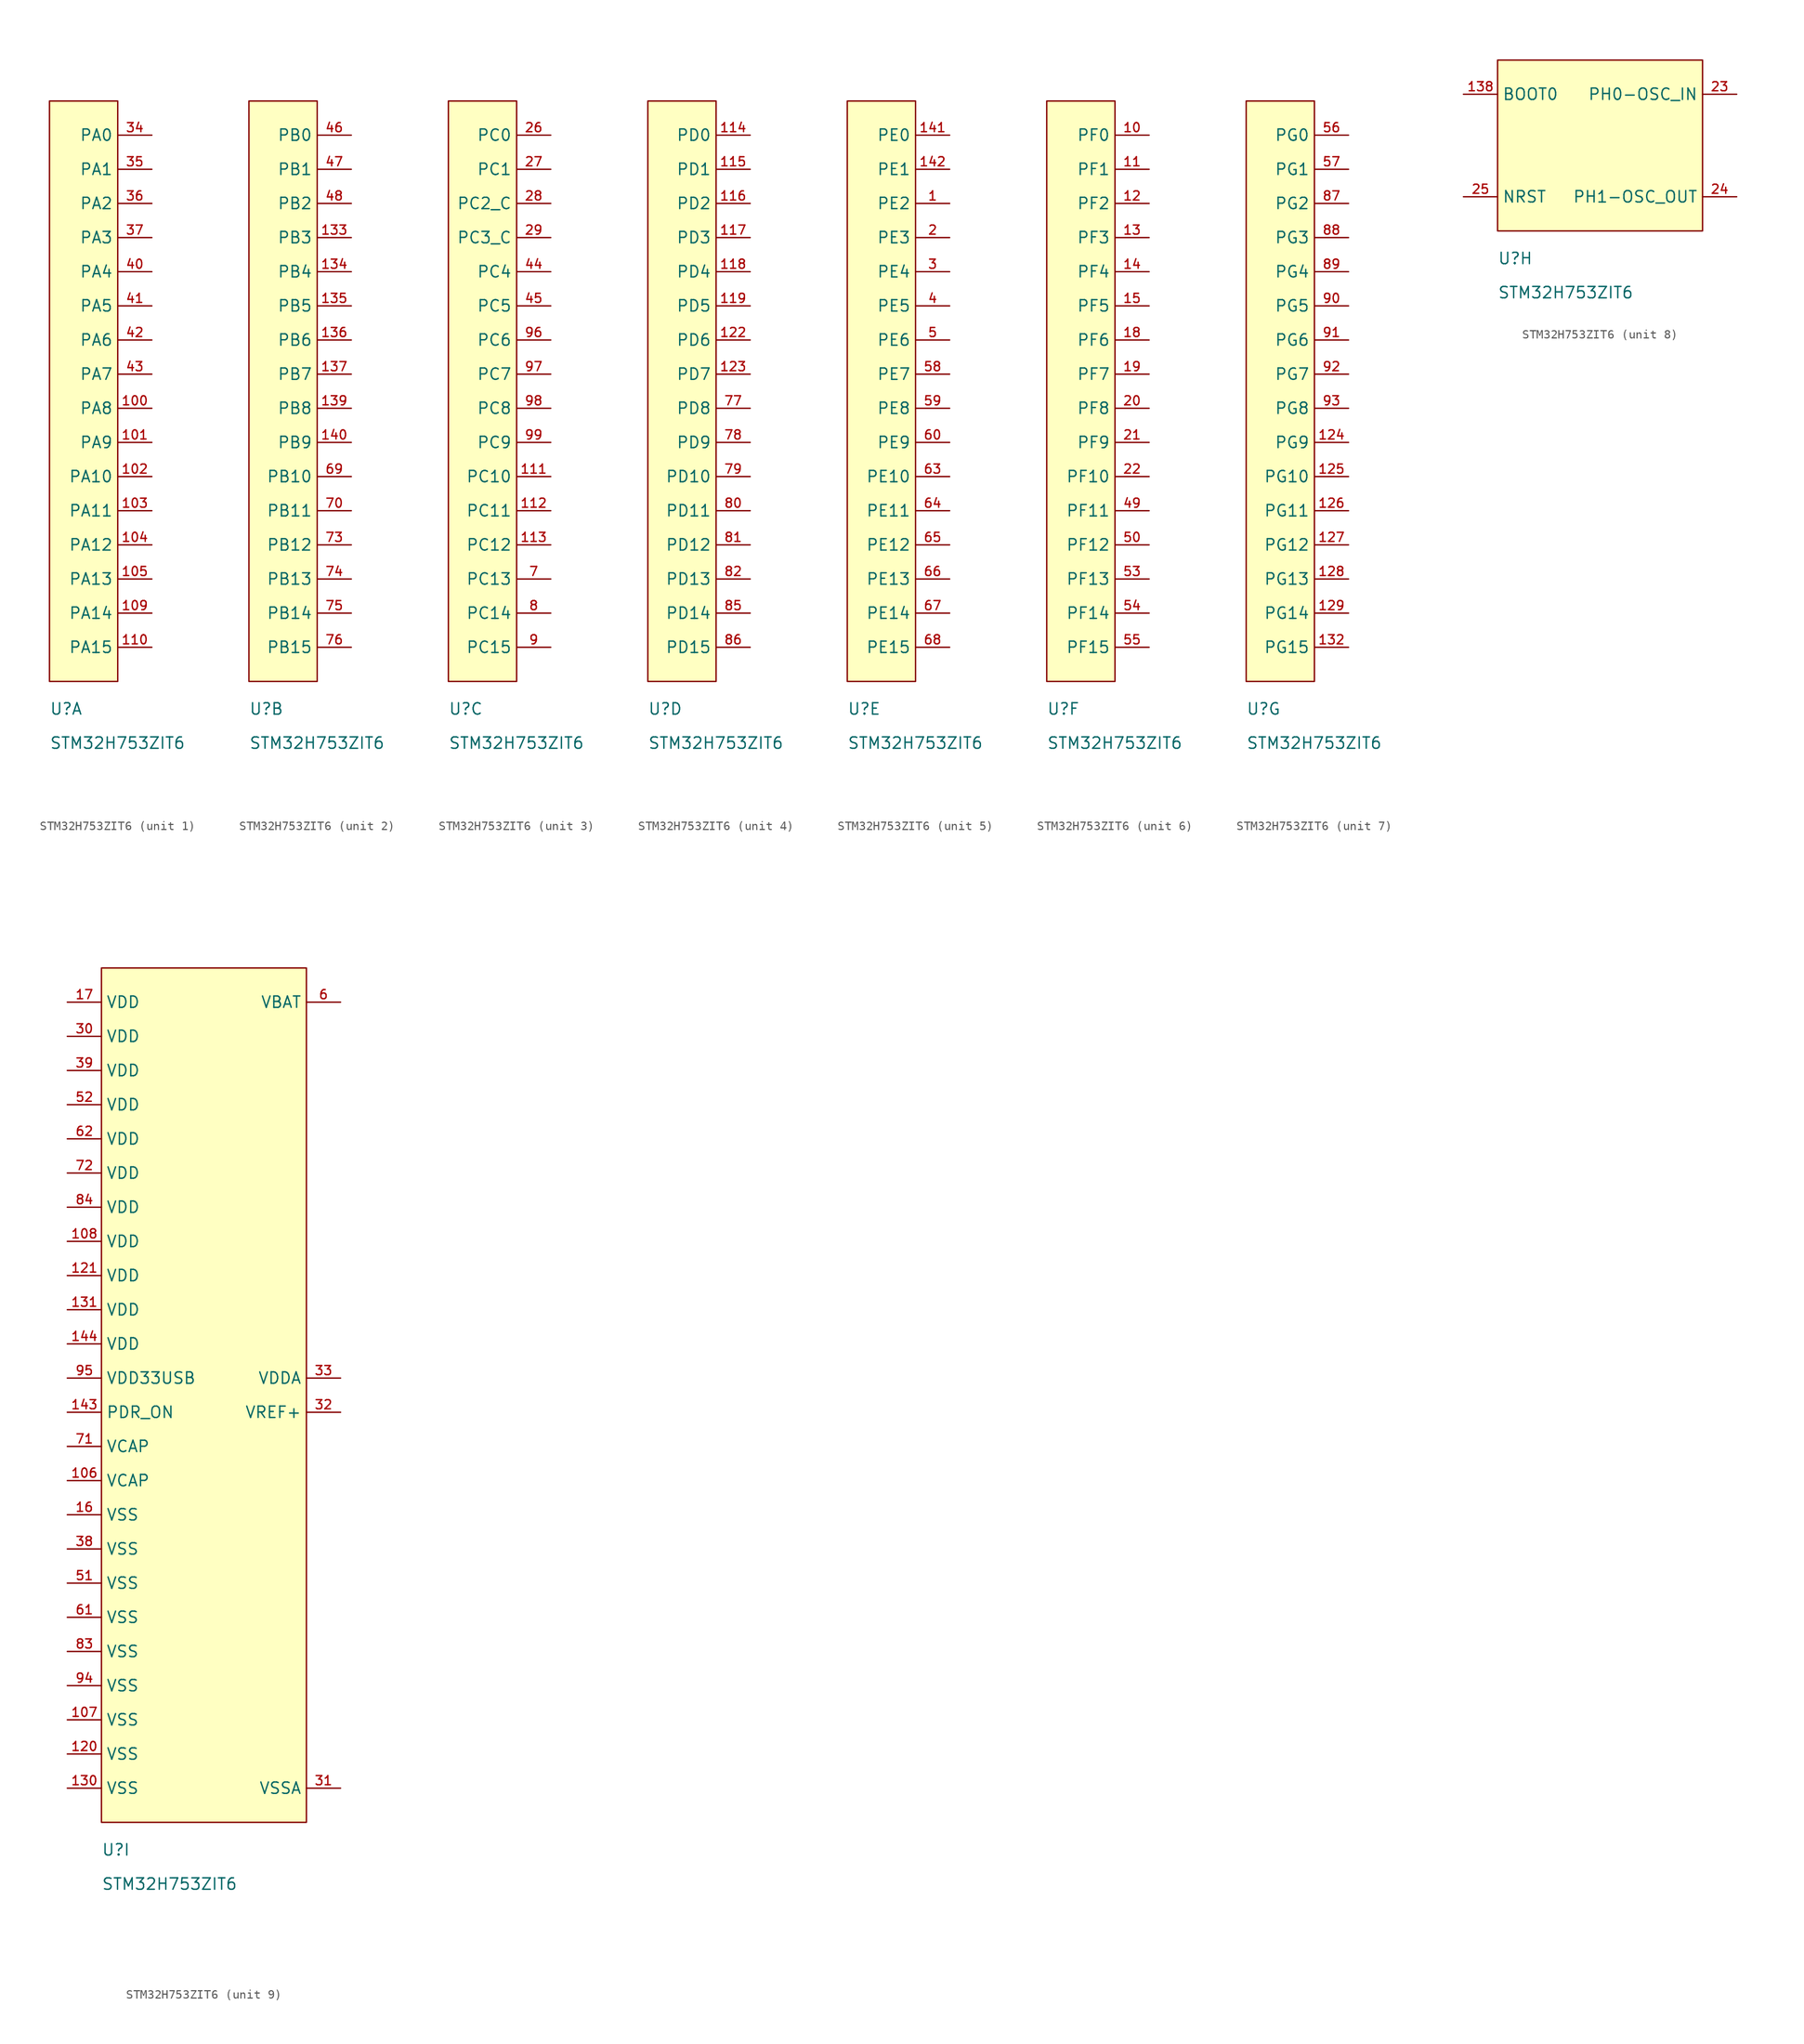
<source format=kicad_sym>
(kicad_symbol_lib
  (version 20241209)
  (generator "kicad_symbol_editor")
  (generator_version "9.0")
  (symbol "STM32H753ZIT6"
    (property "Reference" "U"
      (at 0 -3.81 0)
      (effects (font (size 1.27 1.27)) (justify left bottom)))
    (property "Value" "STM32H753ZIT6"
      (at 0 -7.62 0)
      (effects (font (size 1.27 1.27)) (justify left bottom)))
    (property "ki_locked" ""
      (at 0 0 0)
      (effects (font (size 1.27 1.27))))
    (symbol "STM32H753ZIT6_1_1"
      (rectangle (start 7.62 64.77) (end 0 0) (stroke (width 0) (type solid)) (fill (type background)))
      (pin passive line (at 11.43 60.96 180) (length 3.81) (name "PA0" (effects (font (size 1.27 1.27)))) (number "34" (effects (font (size 1.016 1.016)))))
      (pin passive line (at 11.43 57.15 180) (length 3.81) (name "PA1" (effects (font (size 1.27 1.27)))) (number "35" (effects (font (size 1.016 1.016)))))
      (pin passive line (at 11.43 53.34 180) (length 3.81) (name "PA2" (effects (font (size 1.27 1.27)))) (number "36" (effects (font (size 1.016 1.016)))))
      (pin passive line (at 11.43 49.53 180) (length 3.81) (name "PA3" (effects (font (size 1.27 1.27)))) (number "37" (effects (font (size 1.016 1.016)))))
      (pin passive line (at 11.43 45.72 180) (length 3.81) (name "PA4" (effects (font (size 1.27 1.27)))) (number "40" (effects (font (size 1.016 1.016)))))
      (pin passive line (at 11.43 41.91 180) (length 3.81) (name "PA5" (effects (font (size 1.27 1.27)))) (number "41" (effects (font (size 1.016 1.016)))))
      (pin passive line (at 11.43 38.1 180) (length 3.81) (name "PA6" (effects (font (size 1.27 1.27)))) (number "42" (effects (font (size 1.016 1.016)))))
      (pin passive line (at 11.43 34.29 180) (length 3.81) (name "PA7" (effects (font (size 1.27 1.27)))) (number "43" (effects (font (size 1.016 1.016)))))
      (pin passive line (at 11.43 30.48 180) (length 3.81) (name "PA8" (effects (font (size 1.27 1.27)))) (number "100" (effects (font (size 1.016 1.016)))))
      (pin passive line (at 11.43 26.67 180) (length 3.81) (name "PA9" (effects (font (size 1.27 1.27)))) (number "101" (effects (font (size 1.016 1.016)))))
      (pin passive line (at 11.43 22.86 180) (length 3.81) (name "PA10" (effects (font (size 1.27 1.27)))) (number "102" (effects (font (size 1.016 1.016)))))
      (pin passive line (at 11.43 19.05 180) (length 3.81) (name "PA11" (effects (font (size 1.27 1.27)))) (number "103" (effects (font (size 1.016 1.016)))))
      (pin passive line (at 11.43 15.24 180) (length 3.81) (name "PA12" (effects (font (size 1.27 1.27)))) (number "104" (effects (font (size 1.016 1.016)))))
      (pin passive line (at 11.43 11.43 180) (length 3.81) (name "PA13" (effects (font (size 1.27 1.27)))) (number "105" (effects (font (size 1.016 1.016)))))
      (pin passive line (at 11.43 7.62 180) (length 3.81) (name "PA14" (effects (font (size 1.27 1.27)))) (number "109" (effects (font (size 1.016 1.016)))))
      (pin passive line (at 11.43 3.81 180) (length 3.81) (name "PA15" (effects (font (size 1.27 1.27)))) (number "110" (effects (font (size 1.016 1.016))))))
    (symbol "STM32H753ZIT6_2_1"
      (rectangle (start 7.62 64.77) (end 0 0) (stroke (width 0) (type solid)) (fill (type background)))
      (pin passive line (at 11.43 60.96 180) (length 3.81) (name "PB0" (effects (font (size 1.27 1.27)))) (number "46" (effects (font (size 1.016 1.016)))))
      (pin passive line (at 11.43 57.15 180) (length 3.81) (name "PB1" (effects (font (size 1.27 1.27)))) (number "47" (effects (font (size 1.016 1.016)))))
      (pin passive line (at 11.43 53.34 180) (length 3.81) (name "PB2" (effects (font (size 1.27 1.27)))) (number "48" (effects (font (size 1.016 1.016)))))
      (pin passive line (at 11.43 49.53 180) (length 3.81) (name "PB3" (effects (font (size 1.27 1.27)))) (number "133" (effects (font (size 1.016 1.016)))))
      (pin passive line (at 11.43 45.72 180) (length 3.81) (name "PB4" (effects (font (size 1.27 1.27)))) (number "134" (effects (font (size 1.016 1.016)))))
      (pin passive line (at 11.43 41.91 180) (length 3.81) (name "PB5" (effects (font (size 1.27 1.27)))) (number "135" (effects (font (size 1.016 1.016)))))
      (pin passive line (at 11.43 38.1 180) (length 3.81) (name "PB6" (effects (font (size 1.27 1.27)))) (number "136" (effects (font (size 1.016 1.016)))))
      (pin passive line (at 11.43 34.29 180) (length 3.81) (name "PB7" (effects (font (size 1.27 1.27)))) (number "137" (effects (font (size 1.016 1.016)))))
      (pin passive line (at 11.43 30.48 180) (length 3.81) (name "PB8" (effects (font (size 1.27 1.27)))) (number "139" (effects (font (size 1.016 1.016)))))
      (pin passive line (at 11.43 26.67 180) (length 3.81) (name "PB9" (effects (font (size 1.27 1.27)))) (number "140" (effects (font (size 1.016 1.016)))))
      (pin passive line (at 11.43 22.86 180) (length 3.81) (name "PB10" (effects (font (size 1.27 1.27)))) (number "69" (effects (font (size 1.016 1.016)))))
      (pin passive line (at 11.43 19.05 180) (length 3.81) (name "PB11" (effects (font (size 1.27 1.27)))) (number "70" (effects (font (size 1.016 1.016)))))
      (pin passive line (at 11.43 15.24 180) (length 3.81) (name "PB12" (effects (font (size 1.27 1.27)))) (number "73" (effects (font (size 1.016 1.016)))))
      (pin passive line (at 11.43 11.43 180) (length 3.81) (name "PB13" (effects (font (size 1.27 1.27)))) (number "74" (effects (font (size 1.016 1.016)))))
      (pin passive line (at 11.43 7.62 180) (length 3.81) (name "PB14" (effects (font (size 1.27 1.27)))) (number "75" (effects (font (size 1.016 1.016)))))
      (pin passive line (at 11.43 3.81 180) (length 3.81) (name "PB15" (effects (font (size 1.27 1.27)))) (number "76" (effects (font (size 1.016 1.016))))))
    (symbol "STM32H753ZIT6_3_1"
      (rectangle (start 7.62 64.77) (end 0 0) (stroke (width 0) (type solid)) (fill (type background)))
      (pin passive line (at 11.43 60.96 180) (length 3.81) (name "PC0" (effects (font (size 1.27 1.27)))) (number "26" (effects (font (size 1.016 1.016)))))
      (pin passive line (at 11.43 57.15 180) (length 3.81) (name "PC1" (effects (font (size 1.27 1.27)))) (number "27" (effects (font (size 1.016 1.016)))))
      (pin passive line (at 11.43 53.34 180) (length 3.81) (name "PC2_C" (effects (font (size 1.27 1.27)))) (number "28" (effects (font (size 1.016 1.016)))))
      (pin passive line (at 11.43 49.53 180) (length 3.81) (name "PC3_C" (effects (font (size 1.27 1.27)))) (number "29" (effects (font (size 1.016 1.016)))))
      (pin passive line (at 11.43 45.72 180) (length 3.81) (name "PC4" (effects (font (size 1.27 1.27)))) (number "44" (effects (font (size 1.016 1.016)))))
      (pin passive line (at 11.43 41.91 180) (length 3.81) (name "PC5" (effects (font (size 1.27 1.27)))) (number "45" (effects (font (size 1.016 1.016)))))
      (pin passive line (at 11.43 38.1 180) (length 3.81) (name "PC6" (effects (font (size 1.27 1.27)))) (number "96" (effects (font (size 1.016 1.016)))))
      (pin passive line (at 11.43 34.29 180) (length 3.81) (name "PC7" (effects (font (size 1.27 1.27)))) (number "97" (effects (font (size 1.016 1.016)))))
      (pin passive line (at 11.43 30.48 180) (length 3.81) (name "PC8" (effects (font (size 1.27 1.27)))) (number "98" (effects (font (size 1.016 1.016)))))
      (pin passive line (at 11.43 26.67 180) (length 3.81) (name "PC9" (effects (font (size 1.27 1.27)))) (number "99" (effects (font (size 1.016 1.016)))))
      (pin passive line (at 11.43 22.86 180) (length 3.81) (name "PC10" (effects (font (size 1.27 1.27)))) (number "111" (effects (font (size 1.016 1.016)))))
      (pin passive line (at 11.43 19.05 180) (length 3.81) (name "PC11" (effects (font (size 1.27 1.27)))) (number "112" (effects (font (size 1.016 1.016)))))
      (pin passive line (at 11.43 15.24 180) (length 3.81) (name "PC12" (effects (font (size 1.27 1.27)))) (number "113" (effects (font (size 1.016 1.016)))))
      (pin passive line (at 11.43 11.43 180) (length 3.81) (name "PC13" (effects (font (size 1.27 1.27)))) (number "7" (effects (font (size 1.016 1.016)))))
      (pin passive line (at 11.43 7.62 180) (length 3.81) (name "PC14" (effects (font (size 1.27 1.27)))) (number "8" (effects (font (size 1.016 1.016)))))
      (pin passive line (at 11.43 3.81 180) (length 3.81) (name "PC15" (effects (font (size 1.27 1.27)))) (number "9" (effects (font (size 1.016 1.016))))))
    (symbol "STM32H753ZIT6_4_1"
      (rectangle (start 7.62 64.77) (end 0 0) (stroke (width 0) (type solid)) (fill (type background)))
      (pin passive line (at 11.43 60.96 180) (length 3.81) (name "PD0" (effects (font (size 1.27 1.27)))) (number "114" (effects (font (size 1.016 1.016)))))
      (pin passive line (at 11.43 57.15 180) (length 3.81) (name "PD1" (effects (font (size 1.27 1.27)))) (number "115" (effects (font (size 1.016 1.016)))))
      (pin passive line (at 11.43 53.34 180) (length 3.81) (name "PD2" (effects (font (size 1.27 1.27)))) (number "116" (effects (font (size 1.016 1.016)))))
      (pin passive line (at 11.43 49.53 180) (length 3.81) (name "PD3" (effects (font (size 1.27 1.27)))) (number "117" (effects (font (size 1.016 1.016)))))
      (pin passive line (at 11.43 45.72 180) (length 3.81) (name "PD4" (effects (font (size 1.27 1.27)))) (number "118" (effects (font (size 1.016 1.016)))))
      (pin passive line (at 11.43 41.91 180) (length 3.81) (name "PD5" (effects (font (size 1.27 1.27)))) (number "119" (effects (font (size 1.016 1.016)))))
      (pin passive line (at 11.43 38.1 180) (length 3.81) (name "PD6" (effects (font (size 1.27 1.27)))) (number "122" (effects (font (size 1.016 1.016)))))
      (pin passive line (at 11.43 34.29 180) (length 3.81) (name "PD7" (effects (font (size 1.27 1.27)))) (number "123" (effects (font (size 1.016 1.016)))))
      (pin passive line (at 11.43 30.48 180) (length 3.81) (name "PD8" (effects (font (size 1.27 1.27)))) (number "77" (effects (font (size 1.016 1.016)))))
      (pin passive line (at 11.43 26.67 180) (length 3.81) (name "PD9" (effects (font (size 1.27 1.27)))) (number "78" (effects (font (size 1.016 1.016)))))
      (pin passive line (at 11.43 22.86 180) (length 3.81) (name "PD10" (effects (font (size 1.27 1.27)))) (number "79" (effects (font (size 1.016 1.016)))))
      (pin passive line (at 11.43 19.05 180) (length 3.81) (name "PD11" (effects (font (size 1.27 1.27)))) (number "80" (effects (font (size 1.016 1.016)))))
      (pin passive line (at 11.43 15.24 180) (length 3.81) (name "PD12" (effects (font (size 1.27 1.27)))) (number "81" (effects (font (size 1.016 1.016)))))
      (pin passive line (at 11.43 11.43 180) (length 3.81) (name "PD13" (effects (font (size 1.27 1.27)))) (number "82" (effects (font (size 1.016 1.016)))))
      (pin passive line (at 11.43 7.62 180) (length 3.81) (name "PD14" (effects (font (size 1.27 1.27)))) (number "85" (effects (font (size 1.016 1.016)))))
      (pin passive line (at 11.43 3.81 180) (length 3.81) (name "PD15" (effects (font (size 1.27 1.27)))) (number "86" (effects (font (size 1.016 1.016))))))
    (symbol "STM32H753ZIT6_5_1"
      (rectangle (start 7.62 64.77) (end 0 0) (stroke (width 0) (type solid)) (fill (type background)))
      (pin passive line (at 11.43 60.96 180) (length 3.81) (name "PE0" (effects (font (size 1.27 1.27)))) (number "141" (effects (font (size 1.016 1.016)))))
      (pin passive line (at 11.43 57.15 180) (length 3.81) (name "PE1" (effects (font (size 1.27 1.27)))) (number "142" (effects (font (size 1.016 1.016)))))
      (pin passive line (at 11.43 53.34 180) (length 3.81) (name "PE2" (effects (font (size 1.27 1.27)))) (number "1" (effects (font (size 1.016 1.016)))))
      (pin passive line (at 11.43 49.53 180) (length 3.81) (name "PE3" (effects (font (size 1.27 1.27)))) (number "2" (effects (font (size 1.016 1.016)))))
      (pin passive line (at 11.43 45.72 180) (length 3.81) (name "PE4" (effects (font (size 1.27 1.27)))) (number "3" (effects (font (size 1.016 1.016)))))
      (pin passive line (at 11.43 41.91 180) (length 3.81) (name "PE5" (effects (font (size 1.27 1.27)))) (number "4" (effects (font (size 1.016 1.016)))))
      (pin passive line (at 11.43 38.1 180) (length 3.81) (name "PE6" (effects (font (size 1.27 1.27)))) (number "5" (effects (font (size 1.016 1.016)))))
      (pin passive line (at 11.43 34.29 180) (length 3.81) (name "PE7" (effects (font (size 1.27 1.27)))) (number "58" (effects (font (size 1.016 1.016)))))
      (pin passive line (at 11.43 30.48 180) (length 3.81) (name "PE8" (effects (font (size 1.27 1.27)))) (number "59" (effects (font (size 1.016 1.016)))))
      (pin passive line (at 11.43 26.67 180) (length 3.81) (name "PE9" (effects (font (size 1.27 1.27)))) (number "60" (effects (font (size 1.016 1.016)))))
      (pin passive line (at 11.43 22.86 180) (length 3.81) (name "PE10" (effects (font (size 1.27 1.27)))) (number "63" (effects (font (size 1.016 1.016)))))
      (pin passive line (at 11.43 19.05 180) (length 3.81) (name "PE11" (effects (font (size 1.27 1.27)))) (number "64" (effects (font (size 1.016 1.016)))))
      (pin passive line (at 11.43 15.24 180) (length 3.81) (name "PE12" (effects (font (size 1.27 1.27)))) (number "65" (effects (font (size 1.016 1.016)))))
      (pin passive line (at 11.43 11.43 180) (length 3.81) (name "PE13" (effects (font (size 1.27 1.27)))) (number "66" (effects (font (size 1.016 1.016)))))
      (pin passive line (at 11.43 7.62 180) (length 3.81) (name "PE14" (effects (font (size 1.27 1.27)))) (number "67" (effects (font (size 1.016 1.016)))))
      (pin passive line (at 11.43 3.81 180) (length 3.81) (name "PE15" (effects (font (size 1.27 1.27)))) (number "68" (effects (font (size 1.016 1.016))))))
    (symbol "STM32H753ZIT6_6_1"
      (rectangle (start 7.62 64.77) (end 0 0) (stroke (width 0) (type solid)) (fill (type background)))
      (pin passive line (at 11.43 60.96 180) (length 3.81) (name "PF0" (effects (font (size 1.27 1.27)))) (number "10" (effects (font (size 1.016 1.016)))))
      (pin passive line (at 11.43 57.15 180) (length 3.81) (name "PF1" (effects (font (size 1.27 1.27)))) (number "11" (effects (font (size 1.016 1.016)))))
      (pin passive line (at 11.43 53.34 180) (length 3.81) (name "PF2" (effects (font (size 1.27 1.27)))) (number "12" (effects (font (size 1.016 1.016)))))
      (pin passive line (at 11.43 49.53 180) (length 3.81) (name "PF3" (effects (font (size 1.27 1.27)))) (number "13" (effects (font (size 1.016 1.016)))))
      (pin passive line (at 11.43 45.72 180) (length 3.81) (name "PF4" (effects (font (size 1.27 1.27)))) (number "14" (effects (font (size 1.016 1.016)))))
      (pin passive line (at 11.43 41.91 180) (length 3.81) (name "PF5" (effects (font (size 1.27 1.27)))) (number "15" (effects (font (size 1.016 1.016)))))
      (pin passive line (at 11.43 38.1 180) (length 3.81) (name "PF6" (effects (font (size 1.27 1.27)))) (number "18" (effects (font (size 1.016 1.016)))))
      (pin passive line (at 11.43 34.29 180) (length 3.81) (name "PF7" (effects (font (size 1.27 1.27)))) (number "19" (effects (font (size 1.016 1.016)))))
      (pin passive line (at 11.43 30.48 180) (length 3.81) (name "PF8" (effects (font (size 1.27 1.27)))) (number "20" (effects (font (size 1.016 1.016)))))
      (pin passive line (at 11.43 26.67 180) (length 3.81) (name "PF9" (effects (font (size 1.27 1.27)))) (number "21" (effects (font (size 1.016 1.016)))))
      (pin passive line (at 11.43 22.86 180) (length 3.81) (name "PF10" (effects (font (size 1.27 1.27)))) (number "22" (effects (font (size 1.016 1.016)))))
      (pin passive line (at 11.43 19.05 180) (length 3.81) (name "PF11" (effects (font (size 1.27 1.27)))) (number "49" (effects (font (size 1.016 1.016)))))
      (pin passive line (at 11.43 15.24 180) (length 3.81) (name "PF12" (effects (font (size 1.27 1.27)))) (number "50" (effects (font (size 1.016 1.016)))))
      (pin passive line (at 11.43 11.43 180) (length 3.81) (name "PF13" (effects (font (size 1.27 1.27)))) (number "53" (effects (font (size 1.016 1.016)))))
      (pin passive line (at 11.43 7.62 180) (length 3.81) (name "PF14" (effects (font (size 1.27 1.27)))) (number "54" (effects (font (size 1.016 1.016)))))
      (pin passive line (at 11.43 3.81 180) (length 3.81) (name "PF15" (effects (font (size 1.27 1.27)))) (number "55" (effects (font (size 1.016 1.016))))))
    (symbol "STM32H753ZIT6_7_1"
      (rectangle (start 7.62 64.77) (end 0 0) (stroke (width 0) (type solid)) (fill (type background)))
      (pin passive line (at 11.43 60.96 180) (length 3.81) (name "PG0" (effects (font (size 1.27 1.27)))) (number "56" (effects (font (size 1.016 1.016)))))
      (pin passive line (at 11.43 57.15 180) (length 3.81) (name "PG1" (effects (font (size 1.27 1.27)))) (number "57" (effects (font (size 1.016 1.016)))))
      (pin passive line (at 11.43 53.34 180) (length 3.81) (name "PG2" (effects (font (size 1.27 1.27)))) (number "87" (effects (font (size 1.016 1.016)))))
      (pin passive line (at 11.43 49.53 180) (length 3.81) (name "PG3" (effects (font (size 1.27 1.27)))) (number "88" (effects (font (size 1.016 1.016)))))
      (pin passive line (at 11.43 45.72 180) (length 3.81) (name "PG4" (effects (font (size 1.27 1.27)))) (number "89" (effects (font (size 1.016 1.016)))))
      (pin passive line (at 11.43 41.91 180) (length 3.81) (name "PG5" (effects (font (size 1.27 1.27)))) (number "90" (effects (font (size 1.016 1.016)))))
      (pin passive line (at 11.43 38.1 180) (length 3.81) (name "PG6" (effects (font (size 1.27 1.27)))) (number "91" (effects (font (size 1.016 1.016)))))
      (pin passive line (at 11.43 34.29 180) (length 3.81) (name "PG7" (effects (font (size 1.27 1.27)))) (number "92" (effects (font (size 1.016 1.016)))))
      (pin passive line (at 11.43 30.48 180) (length 3.81) (name "PG8" (effects (font (size 1.27 1.27)))) (number "93" (effects (font (size 1.016 1.016)))))
      (pin passive line (at 11.43 26.67 180) (length 3.81) (name "PG9" (effects (font (size 1.27 1.27)))) (number "124" (effects (font (size 1.016 1.016)))))
      (pin passive line (at 11.43 22.86 180) (length 3.81) (name "PG10" (effects (font (size 1.27 1.27)))) (number "125" (effects (font (size 1.016 1.016)))))
      (pin passive line (at 11.43 19.05 180) (length 3.81) (name "PG11" (effects (font (size 1.27 1.27)))) (number "126" (effects (font (size 1.016 1.016)))))
      (pin passive line (at 11.43 15.24 180) (length 3.81) (name "PG12" (effects (font (size 1.27 1.27)))) (number "127" (effects (font (size 1.016 1.016)))))
      (pin passive line (at 11.43 11.43 180) (length 3.81) (name "PG13" (effects (font (size 1.27 1.27)))) (number "128" (effects (font (size 1.016 1.016)))))
      (pin passive line (at 11.43 7.62 180) (length 3.81) (name "PG14" (effects (font (size 1.27 1.27)))) (number "129" (effects (font (size 1.016 1.016)))))
      (pin passive line (at 11.43 3.81 180) (length 3.81) (name "PG15" (effects (font (size 1.27 1.27)))) (number "132" (effects (font (size 1.016 1.016))))))
    (symbol "STM32H753ZIT6_8_1"
      (rectangle (start 0 19.05) (end 22.86 0) (stroke (width 0) (type solid)) (fill (type background)))
      (pin passive line (at -3.81 15.24 0) (length 3.81) (name "BOOT0" (effects (font (size 1.27 1.27)))) (number "138" (effects (font (size 1.016 1.016)))))
      (pin passive line (at -3.81 3.81 0) (length 3.81) (name "NRST" (effects (font (size 1.27 1.27)))) (number "25" (effects (font (size 1.016 1.016)))))
      (pin passive line (at 26.67 15.24 180) (length 3.81) (name "PH0-OSC_IN" (effects (font (size 1.27 1.27)))) (number "23" (effects (font (size 1.016 1.016)))))
      (pin passive line (at 26.67 3.81 180) (length 3.81) (name "PH1-OSC_OUT" (effects (font (size 1.27 1.27)))) (number "24" (effects (font (size 1.016 1.016))))))
    (symbol "STM32H753ZIT6_9_1"
      (rectangle (start 0 95.25) (end 22.86 0) (stroke (width 0) (type solid)) (fill (type background)))
      (pin passive line (at -3.81 91.44 0) (length 3.81) (name "VDD" (effects (font (size 1.27 1.27)))) (number "17" (effects (font (size 1.016 1.016)))))
      (pin passive line (at -3.81 87.63 0) (length 3.81) (name "VDD" (effects (font (size 1.27 1.27)))) (number "30" (effects (font (size 1.016 1.016)))))
      (pin passive line (at -3.81 83.82 0) (length 3.81) (name "VDD" (effects (font (size 1.27 1.27)))) (number "39" (effects (font (size 1.016 1.016)))))
      (pin passive line (at -3.81 80.01 0) (length 3.81) (name "VDD" (effects (font (size 1.27 1.27)))) (number "52" (effects (font (size 1.016 1.016)))))
      (pin passive line (at -3.81 76.2 0) (length 3.81) (name "VDD" (effects (font (size 1.27 1.27)))) (number "62" (effects (font (size 1.016 1.016)))))
      (pin passive line (at -3.81 72.39 0) (length 3.81) (name "VDD" (effects (font (size 1.27 1.27)))) (number "72" (effects (font (size 1.016 1.016)))))
      (pin passive line (at -3.81 68.58 0) (length 3.81) (name "VDD" (effects (font (size 1.27 1.27)))) (number "84" (effects (font (size 1.016 1.016)))))
      (pin passive line (at -3.81 64.77 0) (length 3.81) (name "VDD" (effects (font (size 1.27 1.27)))) (number "108" (effects (font (size 1.016 1.016)))))
      (pin passive line (at -3.81 60.96 0) (length 3.81) (name "VDD" (effects (font (size 1.27 1.27)))) (number "121" (effects (font (size 1.016 1.016)))))
      (pin passive line (at -3.81 57.15 0) (length 3.81) (name "VDD" (effects (font (size 1.27 1.27)))) (number "131" (effects (font (size 1.016 1.016)))))
      (pin passive line (at -3.81 53.34 0) (length 3.81) (name "VDD" (effects (font (size 1.27 1.27)))) (number "144" (effects (font (size 1.016 1.016)))))
      (pin passive line (at -3.81 49.53 0) (length 3.81) (name "VDD33USB" (effects (font (size 1.27 1.27)))) (number "95" (effects (font (size 1.016 1.016)))))
      (pin passive line (at -3.81 45.72 0) (length 3.81) (name "PDR_ON" (effects (font (size 1.27 1.27)))) (number "143" (effects (font (size 1.016 1.016)))))
      (pin passive line (at -3.81 41.91 0) (length 3.81) (name "VCAP" (effects (font (size 1.27 1.27)))) (number "71" (effects (font (size 1.016 1.016)))))
      (pin passive line (at -3.81 38.1 0) (length 3.81) (name "VCAP" (effects (font (size 1.27 1.27)))) (number "106" (effects (font (size 1.016 1.016)))))
      (pin passive line (at -3.81 34.29 0) (length 3.81) (name "VSS" (effects (font (size 1.27 1.27)))) (number "16" (effects (font (size 1.016 1.016)))))
      (pin passive line (at -3.81 30.48 0) (length 3.81) (name "VSS" (effects (font (size 1.27 1.27)))) (number "38" (effects (font (size 1.016 1.016)))))
      (pin passive line (at -3.81 26.67 0) (length 3.81) (name "VSS" (effects (font (size 1.27 1.27)))) (number "51" (effects (font (size 1.016 1.016)))))
      (pin passive line (at -3.81 22.86 0) (length 3.81) (name "VSS" (effects (font (size 1.27 1.27)))) (number "61" (effects (font (size 1.016 1.016)))))
      (pin passive line (at -3.81 19.05 0) (length 3.81) (name "VSS" (effects (font (size 1.27 1.27)))) (number "83" (effects (font (size 1.016 1.016)))))
      (pin passive line (at -3.81 15.24 0) (length 3.81) (name "VSS" (effects (font (size 1.27 1.27)))) (number "94" (effects (font (size 1.016 1.016)))))
      (pin passive line (at -3.81 11.43 0) (length 3.81) (name "VSS" (effects (font (size 1.27 1.27)))) (number "107" (effects (font (size 1.016 1.016)))))
      (pin passive line (at -3.81 7.62 0) (length 3.81) (name "VSS" (effects (font (size 1.27 1.27)))) (number "120" (effects (font (size 1.016 1.016)))))
      (pin passive line (at -3.81 3.81 0) (length 3.81) (name "VSS" (effects (font (size 1.27 1.27)))) (number "130" (effects (font (size 1.016 1.016)))))
      (pin passive line (at 26.67 91.44 180) (length 3.81) (name "VBAT" (effects (font (size 1.27 1.27)))) (number "6" (effects (font (size 1.016 1.016)))))
      (pin passive line (at 26.67 49.53 180) (length 3.81) (name "VDDA" (effects (font (size 1.27 1.27)))) (number "33" (effects (font (size 1.016 1.016)))))
      (pin passive line (at 26.67 45.72 180) (length 3.81) (name "VREF+" (effects (font (size 1.27 1.27)))) (number "32" (effects (font (size 1.016 1.016)))))
      (pin passive line (at 26.67 3.81 180) (length 3.81) (name "VSSA" (effects (font (size 1.27 1.27)))) (number "31" (effects (font (size 1.016 1.016))))))))
</source>
